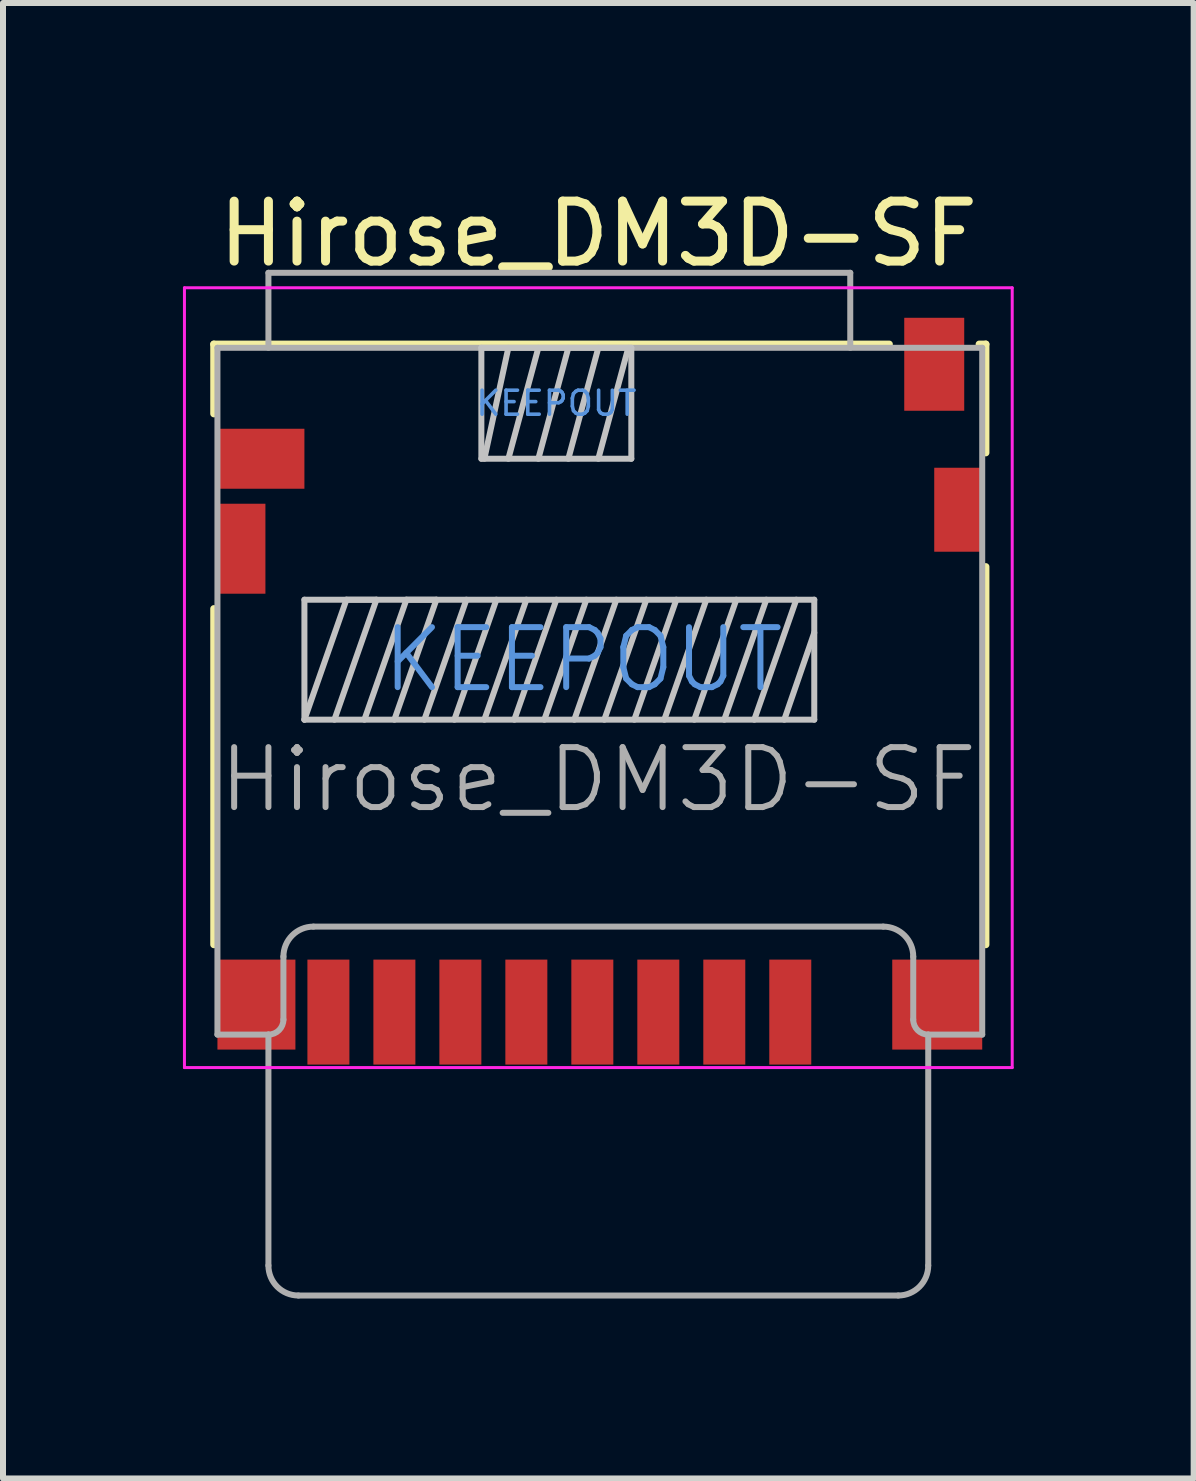
<source format=kicad_pcb>
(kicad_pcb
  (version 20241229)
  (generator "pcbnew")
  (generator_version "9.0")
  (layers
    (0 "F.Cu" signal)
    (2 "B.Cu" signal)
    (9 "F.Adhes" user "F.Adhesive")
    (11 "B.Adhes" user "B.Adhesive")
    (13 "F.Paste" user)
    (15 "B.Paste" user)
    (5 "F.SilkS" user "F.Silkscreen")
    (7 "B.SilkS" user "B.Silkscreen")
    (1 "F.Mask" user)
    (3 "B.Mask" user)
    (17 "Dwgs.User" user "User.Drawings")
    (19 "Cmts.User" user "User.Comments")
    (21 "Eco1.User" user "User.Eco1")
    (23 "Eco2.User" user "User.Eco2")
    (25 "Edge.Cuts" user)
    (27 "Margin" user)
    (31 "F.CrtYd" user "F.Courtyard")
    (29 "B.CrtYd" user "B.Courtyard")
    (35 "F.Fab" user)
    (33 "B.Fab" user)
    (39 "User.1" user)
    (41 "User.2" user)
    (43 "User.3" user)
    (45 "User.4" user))
  (footprint "Hirose_DM3D-SF"
    (layer "F.Cu")
    (at 2.425 12.948)
    (property "Reference" "Hirose_DM3D-SF" (at 4.5 -12.1 0) (layer "F.SilkS") (effects (font (size 1 1) (thickness 0.15))))
    (attr smd)
    (fp_line (start -1.91 -10.26) (end 9.35 -10.26) (stroke (width 0.12) (type solid)) (layer "F.SilkS"))
    (fp_line (start -1.91 -9.1) (end -1.91 -10.26) (stroke (width 0.12) (type solid)) (layer "F.SilkS"))
    (fp_line (start -1.91 -5.85) (end -1.91 -0.25) (stroke (width 0.12) (type solid)) (layer "F.SilkS"))
    (fp_line (start 10.85 -10.26) (end 10.96 -10.26) (stroke (width 0.12) (type solid)) (layer "F.SilkS"))
    (fp_line (start 10.96 -10.26) (end 10.96 -8.45) (stroke (width 0.12) (type solid)) (layer "F.SilkS"))
    (fp_line (start 10.96 -6.55) (end 10.96 -0.25) (stroke (width 0.12) (type solid)) (layer "F.SilkS"))
    (fp_line (start -0.4 -6) (end -0.4 -4) (stroke (width 0.1) (type solid)) (layer "Dwgs.User"))
    (fp_line (start -0.4 -6) (end 8.1 -6) (stroke (width 0.1) (type solid)) (layer "Dwgs.User"))
    (fp_line (start -0.4 -4) (end 0.3 -6) (stroke (width 0.1) (type solid)) (layer "Dwgs.User"))
    (fp_line (start -0.4 -4) (end 8.1 -4) (stroke (width 0.1) (type solid)) (layer "Dwgs.User"))
    (fp_line (start 0.1 -4) (end 0.8 -6) (stroke (width 0.1) (type solid)) (layer "Dwgs.User"))
    (fp_line (start 0.3 -6) (end 0.8 -6) (stroke (width 0.1) (type solid)) (layer "Dwgs.User"))
    (fp_line (start 0.6 -4) (end 1.3 -6) (stroke (width 0.1) (type solid)) (layer "Dwgs.User"))
    (fp_line (start 1.1 -4) (end 1.8 -6) (stroke (width 0.1) (type solid)) (layer "Dwgs.User"))
    (fp_line (start 1.3 -6) (end 1.8 -6) (stroke (width 0.1) (type solid)) (layer "Dwgs.User"))
    (fp_line (start 1.6 -4) (end 2.3 -6) (stroke (width 0.1) (type solid)) (layer "Dwgs.User"))
    (fp_line (start 2.1 -4) (end 2.8 -6) (stroke (width 0.1) (type solid)) (layer "Dwgs.User"))
    (fp_line (start 2.55 -10.2) (end 2.55 -8.35) (stroke (width 0.1) (type solid)) (layer "Dwgs.User"))
    (fp_line (start 2.6 -8.35) (end 3 -10.2) (stroke (width 0.1) (type solid)) (layer "Dwgs.User"))
    (fp_line (start 2.6 -4) (end 3.3 -6) (stroke (width 0.1) (type solid)) (layer "Dwgs.User"))
    (fp_line (start 3.1 -4) (end 3.8 -6) (stroke (width 0.1) (type solid)) (layer "Dwgs.User"))
    (fp_line (start 3.5 -10.2) (end 3 -8.35) (stroke (width 0.1) (type solid)) (layer "Dwgs.User"))
    (fp_line (start 3.5 -8.35) (end 4 -10.2) (stroke (width 0.1) (type solid)) (layer "Dwgs.User"))
    (fp_line (start 3.6 -4) (end 4.3 -6) (stroke (width 0.1) (type solid)) (layer "Dwgs.User"))
    (fp_line (start 4.1 -4) (end 4.8 -6) (stroke (width 0.1) (type solid)) (layer "Dwgs.User"))
    (fp_line (start 4.5 -10.2) (end 4 -8.35) (stroke (width 0.1) (type solid)) (layer "Dwgs.User"))
    (fp_line (start 4.5 -8.35) (end 5 -10.2) (stroke (width 0.1) (type solid)) (layer "Dwgs.User"))
    (fp_line (start 4.6 -4) (end 5.3 -6) (stroke (width 0.1) (type solid)) (layer "Dwgs.User"))
    (fp_line (start 5.05 -10.2) (end 2.55 -10.2) (stroke (width 0.1) (type solid)) (layer "Dwgs.User"))
    (fp_line (start 5.05 -8.35) (end 2.55 -8.35) (stroke (width 0.1) (type solid)) (layer "Dwgs.User"))
    (fp_line (start 5.05 -8.35) (end 5.05 -10.2) (stroke (width 0.1) (type solid)) (layer "Dwgs.User"))
    (fp_line (start 5.1 -4) (end 5.8 -6) (stroke (width 0.1) (type solid)) (layer "Dwgs.User"))
    (fp_line (start 5.6 -4) (end 6.3 -6) (stroke (width 0.1) (type solid)) (layer "Dwgs.User"))
    (fp_line (start 6.1 -4) (end 6.8 -6) (stroke (width 0.1) (type solid)) (layer "Dwgs.User"))
    (fp_line (start 6.6 -4) (end 7.3 -6) (stroke (width 0.1) (type solid)) (layer "Dwgs.User"))
    (fp_line (start 7.1 -4) (end 7.8 -6) (stroke (width 0.1) (type solid)) (layer "Dwgs.User"))
    (fp_line (start 7.6 -4) (end 8.1 -5.45) (stroke (width 0.1) (type solid)) (layer "Dwgs.User"))
    (fp_line (start 8.1 -4) (end 8.1 -6) (stroke (width 0.1) (type solid)) (layer "Dwgs.User"))
    (fp_line (start -2.4 -11.2) (end 11.4 -11.2) (stroke (width 0.05) (type solid)) (layer "F.CrtYd"))
    (fp_line (start -2.4 1.8) (end -2.4 -11.2) (stroke (width 0.05) (type solid)) (layer "F.CrtYd"))
    (fp_line (start 11.4 -11.2) (end 11.4 1.8) (stroke (width 0.05) (type solid)) (layer "F.CrtYd"))
    (fp_line (start 11.4 1.8) (end -2.4 1.8) (stroke (width 0.05) (type solid)) (layer "F.CrtYd"))
    (fp_line (start -1.85 -10.2) (end 10.9 -10.2) (stroke (width 0.1) (type solid)) (layer "F.Fab"))
    (fp_line (start -1.85 1.25) (end -1.85 -10.2) (stroke (width 0.1) (type solid)) (layer "F.Fab"))
    (fp_line (start -1.85 1.25) (end -1 1.25) (stroke (width 0.1) (type solid)) (layer "F.Fab"))
    (fp_line (start -1 -11.45) (end 8.7 -11.45) (stroke (width 0.1) (type solid)) (layer "F.Fab"))
    (fp_line (start -1 -10.2) (end -1 -11.45) (stroke (width 0.1) (type solid)) (layer "F.Fab"))
    (fp_line (start -1 1.25) (end -1 5.1) (stroke (width 0.1) (type solid)) (layer "F.Fab"))
    (fp_line (start -0.75 1) (end -0.75 -0.05) (stroke (width 0.1) (type solid)) (layer "F.Fab"))
    (fp_line (start -0.5 5.6) (end 9.5 5.6) (stroke (width 0.1) (type solid)) (layer "F.Fab"))
    (fp_line (start -0.25 -0.55) (end 9.25 -0.55) (stroke (width 0.1) (type solid)) (layer "F.Fab"))
    (fp_line (start 8.7 -10.2) (end 8.7 -11.45) (stroke (width 0.1) (type solid)) (layer "F.Fab"))
    (fp_line (start 9.75 1) (end 9.75 -0.05) (stroke (width 0.1) (type solid)) (layer "F.Fab"))
    (fp_line (start 10 1.25) (end 10.9 1.25) (stroke (width 0.1) (type solid)) (layer "F.Fab"))
    (fp_line (start 10 5.1) (end 10 1.25) (stroke (width 0.1) (type solid)) (layer "F.Fab"))
    (fp_line (start 10.9 1.25) (end 10.9 -10.2) (stroke (width 0.1) (type solid)) (layer "F.Fab"))
    (fp_arc (start -0.75 -0.05) (mid -0.603553 -0.403553) (end -0.25 -0.55) (stroke (width 0.1) (type solid)) (layer "F.Fab"))
    (fp_arc (start -0.75 1) (mid -0.823223 1.176777) (end -1 1.25) (stroke (width 0.1) (type solid)) (layer "F.Fab"))
    (fp_arc (start -0.5 5.6) (mid -0.853553 5.453553) (end -1 5.1) (stroke (width 0.1) (type solid)) (layer "F.Fab"))
    (fp_arc (start 9.25 -0.55) (mid 9.603553 -0.403553) (end 9.75 -0.05) (stroke (width 0.1) (type solid)) (layer "F.Fab"))
    (fp_arc (start 10 1.25) (mid 9.823223 1.176777) (end 9.75 1) (stroke (width 0.1) (type solid)) (layer "F.Fab"))
    (fp_arc (start 10 5.1) (mid 9.853553 5.453553) (end 9.5 5.6) (stroke (width 0.1) (type solid)) (layer "F.Fab"))
    (fp_text user "KEEPOUT" (at 3.8 -9.275 0) (layer "Cmts.User") (effects (font (size 0.4 0.4) (thickness 0.06))))
    (fp_text user "KEEPOUT" (at 4.25 -5 0) (layer "Cmts.User") (effects (font (size 1 1) (thickness 0.1))))
    (fp_text user "${REFERENCE}" (at 4.5 -3 0) (layer "F.Fab") (effects (font (size 1 1) (thickness 0.1))))
    (pad "1" smd rect (at 7.7 0.875) (size 0.7 1.75) (layers "F.Cu" "F.Mask" "F.Paste"))
    (pad "2" smd rect (at 6.6 0.875) (size 0.7 1.75) (layers "F.Cu" "F.Mask" "F.Paste"))
    (pad "3" smd rect (at 5.5 0.875) (size 0.7 1.75) (layers "F.Cu" "F.Mask" "F.Paste"))
    (pad "4" smd rect (at 4.4 0.875) (size 0.7 1.75) (layers "F.Cu" "F.Mask" "F.Paste"))
    (pad "5" smd rect (at 3.3 0.875) (size 0.7 1.75) (layers "F.Cu" "F.Mask" "F.Paste"))
    (pad "6" smd rect (at 2.2 0.875) (size 0.7 1.75) (layers "F.Cu" "F.Mask" "F.Paste"))
    (pad "7" smd rect (at 1.1 0.875) (size 0.7 1.75) (layers "F.Cu" "F.Mask" "F.Paste"))
    (pad "8" smd rect (at 0 0.875) (size 0.7 1.75) (layers "F.Cu" "F.Mask" "F.Paste"))
    (pad "9" smd rect (at -1.125 -8.35) (size 1.45 1) (layers "F.Cu" "F.Mask" "F.Paste"))
    (pad "10" smd rect (at 10.1 -9.925) (size 1 1.55) (layers "F.Cu" "F.Mask" "F.Paste"))
    (pad "11" smd rect (at -1.45 -6.85) (size 0.8 1.5) (layers "F.Cu" "F.Mask" "F.Paste"))
    (pad "11" smd rect (at -1.2 0.75) (size 1.3 1.5) (layers "F.Cu" "F.Mask" "F.Paste"))
    (pad "11" smd rect (at 10.15 0.75) (size 1.5 1.5) (layers "F.Cu" "F.Mask" "F.Paste"))
    (pad "11" smd rect (at 10.5 -7.5) (size 0.8 1.4) (layers "F.Cu" "F.Mask" "F.Paste")))
  (gr_rect
    (start -3 -3)
    (end 16.85 21.598)
    (stroke (width 0.1) (type default))
    (fill no)
    (layer "Edge.Cuts")))
</source>
